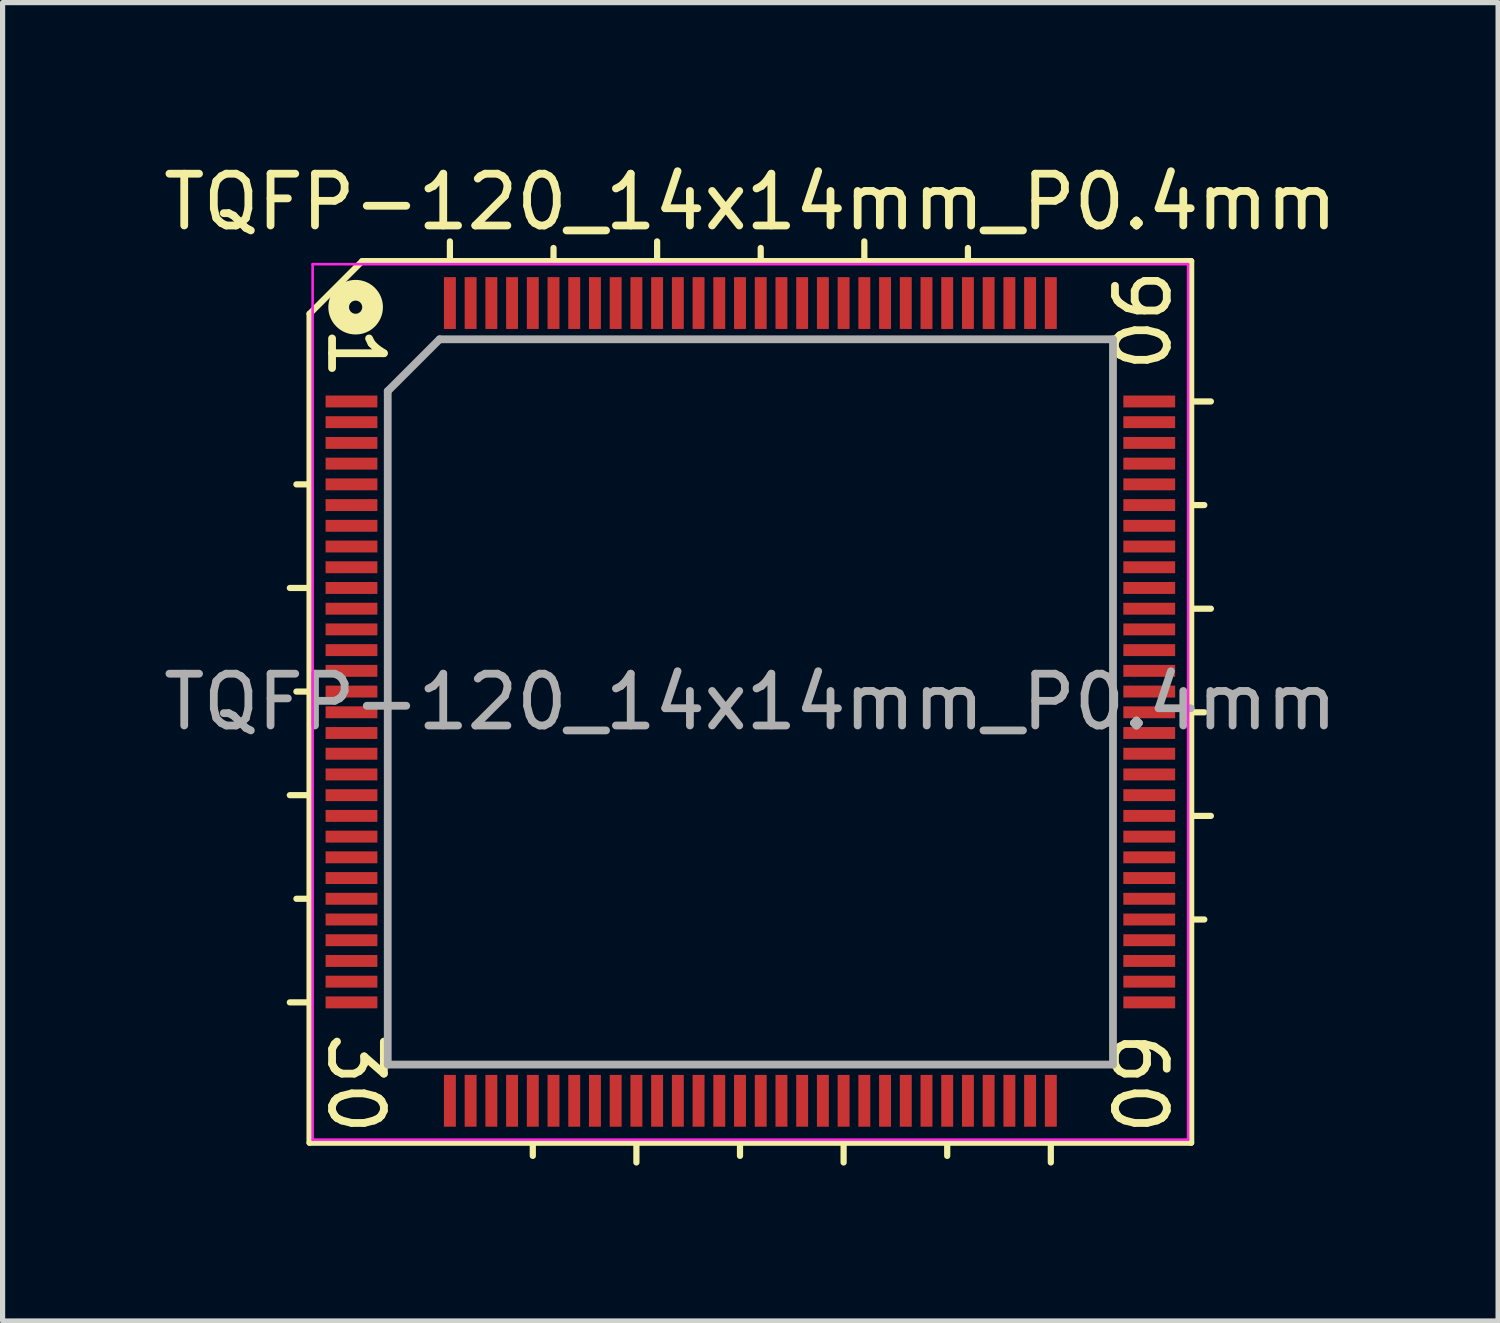
<source format=kicad_pcb>
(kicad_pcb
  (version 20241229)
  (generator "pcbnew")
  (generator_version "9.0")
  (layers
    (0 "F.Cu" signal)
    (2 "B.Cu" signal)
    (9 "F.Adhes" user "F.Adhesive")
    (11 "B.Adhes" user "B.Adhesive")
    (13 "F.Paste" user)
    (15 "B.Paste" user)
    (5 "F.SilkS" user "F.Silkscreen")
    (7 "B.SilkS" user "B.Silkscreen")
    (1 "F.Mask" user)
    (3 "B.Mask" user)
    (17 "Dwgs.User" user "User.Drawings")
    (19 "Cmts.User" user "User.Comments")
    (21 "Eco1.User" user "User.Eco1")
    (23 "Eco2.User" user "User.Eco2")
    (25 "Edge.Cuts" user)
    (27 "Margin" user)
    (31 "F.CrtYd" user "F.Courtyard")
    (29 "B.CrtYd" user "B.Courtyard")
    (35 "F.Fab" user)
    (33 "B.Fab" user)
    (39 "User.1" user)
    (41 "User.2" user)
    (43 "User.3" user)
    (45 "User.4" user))
  (footprint "TQFP-120_14x14mm_P0.4mm"
    (layer "F.Cu")
    (at 11.435 10.5)
    (property "Reference" "TQFP-120_14x14mm_P0.4mm" (at 0 -9.652 0) (layer "F.SilkS") (effects (font (size 1 1) (thickness 0.15))))
    (attr smd)
    (fp_line (start -8.509 -7.493) (end -8.509 8.509) (stroke (width 0.12) (type solid)) (layer "F.SilkS"))
    (fp_line (start -8.509 -4.2) (end -8.763 -4.2) (stroke (width 0.12) (type solid)) (layer "F.SilkS"))
    (fp_line (start -8.509 -2.2) (end -8.89 -2.2) (stroke (width 0.12) (type solid)) (layer "F.SilkS"))
    (fp_line (start -8.509 -0.2) (end -8.763 -0.2) (stroke (width 0.12) (type solid)) (layer "F.SilkS"))
    (fp_line (start -8.509 1.8) (end -8.89 1.8) (stroke (width 0.12) (type solid)) (layer "F.SilkS"))
    (fp_line (start -8.509 3.8) (end -8.763 3.8) (stroke (width 0.12) (type solid)) (layer "F.SilkS"))
    (fp_line (start -8.509 5.8) (end -8.89 5.8) (stroke (width 0.12) (type solid)) (layer "F.SilkS"))
    (fp_line (start -8.509 8.509) (end 8.509 8.509) (stroke (width 0.12) (type solid)) (layer "F.SilkS"))
    (fp_line (start -7.493 -8.509) (end -8.509 -7.493) (stroke (width 0.12) (type solid)) (layer "F.SilkS"))
    (fp_line (start -5.8 -8.509) (end -5.8 -8.89) (stroke (width 0.12) (type solid)) (layer "F.SilkS"))
    (fp_line (start -4.2 8.509) (end -4.2 8.763) (stroke (width 0.12) (type solid)) (layer "F.SilkS"))
    (fp_line (start -3.8 -8.509) (end -3.8 -8.763) (stroke (width 0.12) (type solid)) (layer "F.SilkS"))
    (fp_line (start -2.2 8.509) (end -2.2 8.89) (stroke (width 0.12) (type solid)) (layer "F.SilkS"))
    (fp_line (start -1.8 -8.509) (end -1.8 -8.89) (stroke (width 0.12) (type solid)) (layer "F.SilkS"))
    (fp_line (start -0.2 8.509) (end -0.2 8.763) (stroke (width 0.12) (type solid)) (layer "F.SilkS"))
    (fp_line (start 0.2 -8.509) (end 0.2 -8.763) (stroke (width 0.12) (type solid)) (layer "F.SilkS"))
    (fp_line (start 1.8 8.509) (end 1.8 8.89) (stroke (width 0.12) (type solid)) (layer "F.SilkS"))
    (fp_line (start 2.2 -8.89) (end 2.2 -8.509) (stroke (width 0.12) (type solid)) (layer "F.SilkS"))
    (fp_line (start 3.8 8.509) (end 3.8 8.763) (stroke (width 0.12) (type solid)) (layer "F.SilkS"))
    (fp_line (start 4.2 -8.509) (end 4.2 -8.763) (stroke (width 0.12) (type solid)) (layer "F.SilkS"))
    (fp_line (start 5.8 8.509) (end 5.8 8.89) (stroke (width 0.12) (type solid)) (layer "F.SilkS"))
    (fp_line (start 8.509 -8.509) (end -7.493 -8.509) (stroke (width 0.12) (type solid)) (layer "F.SilkS"))
    (fp_line (start 8.509 -5.8) (end 8.89 -5.8) (stroke (width 0.12) (type solid)) (layer "F.SilkS"))
    (fp_line (start 8.509 -3.8) (end 8.763 -3.8) (stroke (width 0.12) (type solid)) (layer "F.SilkS"))
    (fp_line (start 8.509 -1.8) (end 8.89 -1.8) (stroke (width 0.12) (type solid)) (layer "F.SilkS"))
    (fp_line (start 8.509 0.2) (end 8.763 0.2) (stroke (width 0.12) (type solid)) (layer "F.SilkS"))
    (fp_line (start 8.509 2.2) (end 8.89 2.2) (stroke (width 0.12) (type solid)) (layer "F.SilkS"))
    (fp_line (start 8.509 4.2) (end 8.763 4.2) (stroke (width 0.12) (type solid)) (layer "F.SilkS"))
    (fp_line (start 8.509 8.509) (end 8.509 -8.509) (stroke (width 0.12) (type solid)) (layer "F.SilkS"))
    (fp_circle (center -7.62 -7.62) (end -7.493 -7.62) (stroke (width 0.4) (type solid)) (fill no) (layer "F.SilkS"))
    (fp_line (start -8.45 -8.45) (end -8.45 8.45) (stroke (width 0.05) (type solid)) (layer "F.CrtYd"))
    (fp_line (start -8.45 -8.45) (end 8.45 -8.45) (stroke (width 0.05) (type solid)) (layer "F.CrtYd"))
    (fp_line (start -8.45 8.45) (end 8.45 8.45) (stroke (width 0.05) (type solid)) (layer "F.CrtYd"))
    (fp_line (start 8.45 -8.45) (end 8.45 8.45) (stroke (width 0.05) (type solid)) (layer "F.CrtYd"))
    (fp_line (start -7 -6) (end -6 -7) (stroke (width 0.15) (type solid)) (layer "F.Fab"))
    (fp_line (start -7 7) (end -7 -6) (stroke (width 0.15) (type solid)) (layer "F.Fab"))
    (fp_line (start -6 -7) (end 7 -7) (stroke (width 0.15) (type solid)) (layer "F.Fab"))
    (fp_line (start 7 -7) (end 7 7) (stroke (width 0.15) (type solid)) (layer "F.Fab"))
    (fp_line (start 7 7) (end -7 7) (stroke (width 0.15) (type solid)) (layer "F.Fab"))
    (fp_text user "60" (at 7.493 7.366 270) (unlocked yes) (layer "F.SilkS") (effects (font (size 1 1) (thickness 0.15))))
    (fp_text user "30" (at -7.62 7.366 270) (unlocked yes) (layer "F.SilkS") (effects (font (size 1 1) (thickness 0.15))))
    (fp_text user "90" (at 7.493 -7.366 270) (unlocked yes) (layer "F.SilkS") (effects (font (size 1 1) (thickness 0.15))))
    (fp_text user "1" (at -7.62 -6.731 270) (unlocked yes) (layer "F.SilkS") (effects (font (size 1 1) (thickness 0.15))))
    (fp_text user "${REFERENCE}" (at 0 0 0) (layer "F.Fab") (effects (font (size 1 1) (thickness 0.15))))
    (pad "1" smd rect (at -7.7 -5.8) (size 1 0.23) (layers "F.Cu" "F.Mask" "F.Paste"))
    (pad "2" smd rect (at -7.7 -5.4) (size 1 0.23) (layers "F.Cu" "F.Mask" "F.Paste"))
    (pad "3" smd rect (at -7.7 -5) (size 1 0.23) (layers "F.Cu" "F.Mask" "F.Paste"))
    (pad "4" smd rect (at -7.7 -4.6) (size 1 0.23) (layers "F.Cu" "F.Mask" "F.Paste"))
    (pad "5" smd rect (at -7.7 -4.2) (size 1 0.23) (layers "F.Cu" "F.Mask" "F.Paste"))
    (pad "6" smd rect (at -7.7 -3.8) (size 1 0.23) (layers "F.Cu" "F.Mask" "F.Paste"))
    (pad "7" smd rect (at -7.7 -3.4) (size 1 0.23) (layers "F.Cu" "F.Mask" "F.Paste"))
    (pad "8" smd rect (at -7.7 -3) (size 1 0.23) (layers "F.Cu" "F.Mask" "F.Paste"))
    (pad "9" smd rect (at -7.7 -2.6) (size 1 0.23) (layers "F.Cu" "F.Mask" "F.Paste"))
    (pad "10" smd rect (at -7.7 -2.2) (size 1 0.23) (layers "F.Cu" "F.Mask" "F.Paste"))
    (pad "11" smd rect (at -7.7 -1.8) (size 1 0.23) (layers "F.Cu" "F.Mask" "F.Paste"))
    (pad "12" smd rect (at -7.7 -1.4) (size 1 0.23) (layers "F.Cu" "F.Mask" "F.Paste"))
    (pad "13" smd rect (at -7.7 -1) (size 1 0.23) (layers "F.Cu" "F.Mask" "F.Paste"))
    (pad "14" smd rect (at -7.7 -0.6) (size 1 0.23) (layers "F.Cu" "F.Mask" "F.Paste"))
    (pad "15" smd rect (at -7.7 -0.2) (size 1 0.23) (layers "F.Cu" "F.Mask" "F.Paste"))
    (pad "16" smd rect (at -7.7 0.2) (size 1 0.23) (layers "F.Cu" "F.Mask" "F.Paste"))
    (pad "17" smd rect (at -7.7 0.6) (size 1 0.23) (layers "F.Cu" "F.Mask" "F.Paste"))
    (pad "18" smd rect (at -7.7 1) (size 1 0.23) (layers "F.Cu" "F.Mask" "F.Paste"))
    (pad "19" smd rect (at -7.7 1.4) (size 1 0.23) (layers "F.Cu" "F.Mask" "F.Paste"))
    (pad "20" smd rect (at -7.7 1.8) (size 1 0.23) (layers "F.Cu" "F.Mask" "F.Paste"))
    (pad "21" smd rect (at -7.7 2.2) (size 1 0.23) (layers "F.Cu" "F.Mask" "F.Paste"))
    (pad "22" smd rect (at -7.7 2.6) (size 1 0.23) (layers "F.Cu" "F.Mask" "F.Paste"))
    (pad "23" smd rect (at -7.7 3) (size 1 0.23) (layers "F.Cu" "F.Mask" "F.Paste"))
    (pad "24" smd rect (at -7.7 3.4) (size 1 0.23) (layers "F.Cu" "F.Mask" "F.Paste"))
    (pad "25" smd rect (at -7.7 3.8) (size 1 0.23) (layers "F.Cu" "F.Mask" "F.Paste"))
    (pad "26" smd rect (at -7.7 4.2) (size 1 0.23) (layers "F.Cu" "F.Mask" "F.Paste"))
    (pad "27" smd rect (at -7.7 4.6) (size 1 0.23) (layers "F.Cu" "F.Mask" "F.Paste"))
    (pad "28" smd rect (at -7.7 5) (size 1 0.23) (layers "F.Cu" "F.Mask" "F.Paste"))
    (pad "29" smd rect (at -7.7 5.4) (size 1 0.23) (layers "F.Cu" "F.Mask" "F.Paste"))
    (pad "30" smd rect (at -7.7 5.8) (size 1 0.23) (layers "F.Cu" "F.Mask" "F.Paste"))
    (pad "31" smd rect (at -5.8 7.7 90) (size 1 0.23) (layers "F.Cu" "F.Mask" "F.Paste"))
    (pad "32" smd rect (at -5.4 7.7 90) (size 1 0.23) (layers "F.Cu" "F.Mask" "F.Paste"))
    (pad "33" smd rect (at -5 7.7 90) (size 1 0.23) (layers "F.Cu" "F.Mask" "F.Paste"))
    (pad "34" smd rect (at -4.6 7.7 90) (size 1 0.23) (layers "F.Cu" "F.Mask" "F.Paste"))
    (pad "35" smd rect (at -4.2 7.7 90) (size 1 0.23) (layers "F.Cu" "F.Mask" "F.Paste"))
    (pad "36" smd rect (at -3.8 7.7 90) (size 1 0.23) (layers "F.Cu" "F.Mask" "F.Paste"))
    (pad "37" smd rect (at -3.4 7.7 90) (size 1 0.23) (layers "F.Cu" "F.Mask" "F.Paste"))
    (pad "38" smd rect (at -3 7.7 90) (size 1 0.23) (layers "F.Cu" "F.Mask" "F.Paste"))
    (pad "39" smd rect (at -2.6 7.7 90) (size 1 0.23) (layers "F.Cu" "F.Mask" "F.Paste"))
    (pad "40" smd rect (at -2.2 7.7 90) (size 1 0.23) (layers "F.Cu" "F.Mask" "F.Paste"))
    (pad "41" smd rect (at -1.8 7.7 90) (size 1 0.23) (layers "F.Cu" "F.Mask" "F.Paste"))
    (pad "42" smd rect (at -1.4 7.7 90) (size 1 0.23) (layers "F.Cu" "F.Mask" "F.Paste"))
    (pad "43" smd rect (at -1 7.7 90) (size 1 0.23) (layers "F.Cu" "F.Mask" "F.Paste"))
    (pad "44" smd rect (at -0.6 7.7 90) (size 1 0.23) (layers "F.Cu" "F.Mask" "F.Paste"))
    (pad "45" smd rect (at -0.2 7.7 90) (size 1 0.23) (layers "F.Cu" "F.Mask" "F.Paste"))
    (pad "46" smd rect (at 0.2 7.7 90) (size 1 0.23) (layers "F.Cu" "F.Mask" "F.Paste"))
    (pad "47" smd rect (at 0.6 7.7 90) (size 1 0.23) (layers "F.Cu" "F.Mask" "F.Paste"))
    (pad "48" smd rect (at 1 7.7 90) (size 1 0.23) (layers "F.Cu" "F.Mask" "F.Paste"))
    (pad "49" smd rect (at 1.4 7.7 90) (size 1 0.23) (layers "F.Cu" "F.Mask" "F.Paste"))
    (pad "50" smd rect (at 1.8 7.7 90) (size 1 0.23) (layers "F.Cu" "F.Mask" "F.Paste"))
    (pad "51" smd rect (at 2.2 7.7 90) (size 1 0.23) (layers "F.Cu" "F.Mask" "F.Paste"))
    (pad "52" smd rect (at 2.6 7.7 90) (size 1 0.23) (layers "F.Cu" "F.Mask" "F.Paste"))
    (pad "53" smd rect (at 3 7.7 90) (size 1 0.23) (layers "F.Cu" "F.Mask" "F.Paste"))
    (pad "54" smd rect (at 3.4 7.7 90) (size 1 0.23) (layers "F.Cu" "F.Mask" "F.Paste"))
    (pad "55" smd rect (at 3.8 7.7 90) (size 1 0.23) (layers "F.Cu" "F.Mask" "F.Paste"))
    (pad "56" smd rect (at 4.2 7.7 90) (size 1 0.23) (layers "F.Cu" "F.Mask" "F.Paste"))
    (pad "57" smd rect (at 4.6 7.7 90) (size 1 0.23) (layers "F.Cu" "F.Mask" "F.Paste"))
    (pad "58" smd rect (at 5 7.7 90) (size 1 0.23) (layers "F.Cu" "F.Mask" "F.Paste"))
    (pad "59" smd rect (at 5.4 7.7 90) (size 1 0.23) (layers "F.Cu" "F.Mask" "F.Paste"))
    (pad "60" smd rect (at 5.8 7.7 90) (size 1 0.23) (layers "F.Cu" "F.Mask" "F.Paste"))
    (pad "61" smd rect (at 7.7 5.8) (size 1 0.23) (layers "F.Cu" "F.Mask" "F.Paste"))
    (pad "62" smd rect (at 7.7 5.4) (size 1 0.23) (layers "F.Cu" "F.Mask" "F.Paste"))
    (pad "63" smd rect (at 7.7 5) (size 1 0.23) (layers "F.Cu" "F.Mask" "F.Paste"))
    (pad "64" smd rect (at 7.7 4.6) (size 1 0.23) (layers "F.Cu" "F.Mask" "F.Paste"))
    (pad "65" smd rect (at 7.7 4.2) (size 1 0.23) (layers "F.Cu" "F.Mask" "F.Paste"))
    (pad "66" smd rect (at 7.7 3.8) (size 1 0.23) (layers "F.Cu" "F.Mask" "F.Paste"))
    (pad "67" smd rect (at 7.7 3.4) (size 1 0.23) (layers "F.Cu" "F.Mask" "F.Paste"))
    (pad "68" smd rect (at 7.7 3) (size 1 0.23) (layers "F.Cu" "F.Mask" "F.Paste"))
    (pad "69" smd rect (at 7.7 2.6) (size 1 0.23) (layers "F.Cu" "F.Mask" "F.Paste"))
    (pad "70" smd rect (at 7.7 2.2) (size 1 0.23) (layers "F.Cu" "F.Mask" "F.Paste"))
    (pad "71" smd rect (at 7.7 1.8) (size 1 0.23) (layers "F.Cu" "F.Mask" "F.Paste"))
    (pad "72" smd rect (at 7.7 1.4) (size 1 0.23) (layers "F.Cu" "F.Mask" "F.Paste"))
    (pad "73" smd rect (at 7.7 1) (size 1 0.23) (layers "F.Cu" "F.Mask" "F.Paste"))
    (pad "74" smd rect (at 7.7 0.6) (size 1 0.23) (layers "F.Cu" "F.Mask" "F.Paste"))
    (pad "75" smd rect (at 7.7 0.2) (size 1 0.23) (layers "F.Cu" "F.Mask" "F.Paste"))
    (pad "76" smd rect (at 7.7 -0.2) (size 1 0.23) (layers "F.Cu" "F.Mask" "F.Paste"))
    (pad "77" smd rect (at 7.7 -0.6) (size 1 0.23) (layers "F.Cu" "F.Mask" "F.Paste"))
    (pad "78" smd rect (at 7.7 -1) (size 1 0.23) (layers "F.Cu" "F.Mask" "F.Paste"))
    (pad "79" smd rect (at 7.7 -1.4) (size 1 0.23) (layers "F.Cu" "F.Mask" "F.Paste"))
    (pad "80" smd rect (at 7.7 -1.8) (size 1 0.23) (layers "F.Cu" "F.Mask" "F.Paste"))
    (pad "81" smd rect (at 7.7 -2.2) (size 1 0.23) (layers "F.Cu" "F.Mask" "F.Paste"))
    (pad "82" smd rect (at 7.7 -2.6) (size 1 0.23) (layers "F.Cu" "F.Mask" "F.Paste"))
    (pad "83" smd rect (at 7.7 -3) (size 1 0.23) (layers "F.Cu" "F.Mask" "F.Paste"))
    (pad "84" smd rect (at 7.7 -3.4) (size 1 0.23) (layers "F.Cu" "F.Mask" "F.Paste"))
    (pad "85" smd rect (at 7.7 -3.8) (size 1 0.23) (layers "F.Cu" "F.Mask" "F.Paste"))
    (pad "86" smd rect (at 7.7 -4.2) (size 1 0.23) (layers "F.Cu" "F.Mask" "F.Paste"))
    (pad "87" smd rect (at 7.7 -4.6) (size 1 0.23) (layers "F.Cu" "F.Mask" "F.Paste"))
    (pad "88" smd rect (at 7.7 -5) (size 1 0.23) (layers "F.Cu" "F.Mask" "F.Paste"))
    (pad "89" smd rect (at 7.7 -5.4) (size 1 0.23) (layers "F.Cu" "F.Mask" "F.Paste"))
    (pad "90" smd rect (at 7.7 -5.8) (size 1 0.23) (layers "F.Cu" "F.Mask" "F.Paste"))
    (pad "91" smd rect (at 5.8 -7.7 90) (size 1 0.23) (layers "F.Cu" "F.Mask" "F.Paste"))
    (pad "92" smd rect (at 5.4 -7.7 90) (size 1 0.23) (layers "F.Cu" "F.Mask" "F.Paste"))
    (pad "93" smd rect (at 5 -7.7 90) (size 1 0.23) (layers "F.Cu" "F.Mask" "F.Paste"))
    (pad "94" smd rect (at 4.6 -7.7 90) (size 1 0.23) (layers "F.Cu" "F.Mask" "F.Paste"))
    (pad "95" smd rect (at 4.2 -7.7 90) (size 1 0.23) (layers "F.Cu" "F.Mask" "F.Paste"))
    (pad "96" smd rect (at 3.8 -7.7 90) (size 1 0.23) (layers "F.Cu" "F.Mask" "F.Paste"))
    (pad "97" smd rect (at 3.4 -7.7 90) (size 1 0.23) (layers "F.Cu" "F.Mask" "F.Paste"))
    (pad "98" smd rect (at 3 -7.7 90) (size 1 0.23) (layers "F.Cu" "F.Mask" "F.Paste"))
    (pad "99" smd rect (at 2.6 -7.7 90) (size 1 0.23) (layers "F.Cu" "F.Mask" "F.Paste"))
    (pad "100" smd rect (at 2.2 -7.7 90) (size 1 0.23) (layers "F.Cu" "F.Mask" "F.Paste"))
    (pad "101" smd rect (at 1.8 -7.7 90) (size 1 0.23) (layers "F.Cu" "F.Mask" "F.Paste"))
    (pad "102" smd rect (at 1.4 -7.7 90) (size 1 0.23) (layers "F.Cu" "F.Mask" "F.Paste"))
    (pad "103" smd rect (at 1 -7.7 90) (size 1 0.23) (layers "F.Cu" "F.Mask" "F.Paste"))
    (pad "104" smd rect (at 0.6 -7.7 90) (size 1 0.23) (layers "F.Cu" "F.Mask" "F.Paste"))
    (pad "105" smd rect (at 0.2 -7.7 90) (size 1 0.23) (layers "F.Cu" "F.Mask" "F.Paste"))
    (pad "106" smd rect (at -0.2 -7.7 90) (size 1 0.23) (layers "F.Cu" "F.Mask" "F.Paste"))
    (pad "107" smd rect (at -0.6 -7.7 90) (size 1 0.23) (layers "F.Cu" "F.Mask" "F.Paste"))
    (pad "108" smd rect (at -1 -7.7 90) (size 1 0.23) (layers "F.Cu" "F.Mask" "F.Paste"))
    (pad "109" smd rect (at -1.4 -7.7 90) (size 1 0.23) (layers "F.Cu" "F.Mask" "F.Paste"))
    (pad "110" smd rect (at -1.8 -7.7 90) (size 1 0.23) (layers "F.Cu" "F.Mask" "F.Paste"))
    (pad "111" smd rect (at -2.2 -7.7 90) (size 1 0.23) (layers "F.Cu" "F.Mask" "F.Paste"))
    (pad "112" smd rect (at -2.6 -7.7 90) (size 1 0.23) (layers "F.Cu" "F.Mask" "F.Paste"))
    (pad "113" smd rect (at -3 -7.7 90) (size 1 0.23) (layers "F.Cu" "F.Mask" "F.Paste"))
    (pad "114" smd rect (at -3.4 -7.7 90) (size 1 0.23) (layers "F.Cu" "F.Mask" "F.Paste"))
    (pad "115" smd rect (at -3.8 -7.7 90) (size 1 0.23) (layers "F.Cu" "F.Mask" "F.Paste"))
    (pad "116" smd rect (at -4.2 -7.7 90) (size 1 0.23) (layers "F.Cu" "F.Mask" "F.Paste"))
    (pad "117" smd rect (at -4.6 -7.7 90) (size 1 0.23) (layers "F.Cu" "F.Mask" "F.Paste"))
    (pad "118" smd rect (at -5 -7.7 90) (size 1 0.23) (layers "F.Cu" "F.Mask" "F.Paste"))
    (pad "119" smd rect (at -5.4 -7.7 90) (size 1 0.23) (layers "F.Cu" "F.Mask" "F.Paste"))
    (pad "120" smd rect (at -5.8 -7.7 90) (size 1 0.23) (layers "F.Cu" "F.Mask" "F.Paste")))
  (gr_rect
    (start -3 -3)
    (end 25.869 22.45)
    (stroke (width 0.1) (type default))
    (fill no)
    (layer "Edge.Cuts")))
</source>
